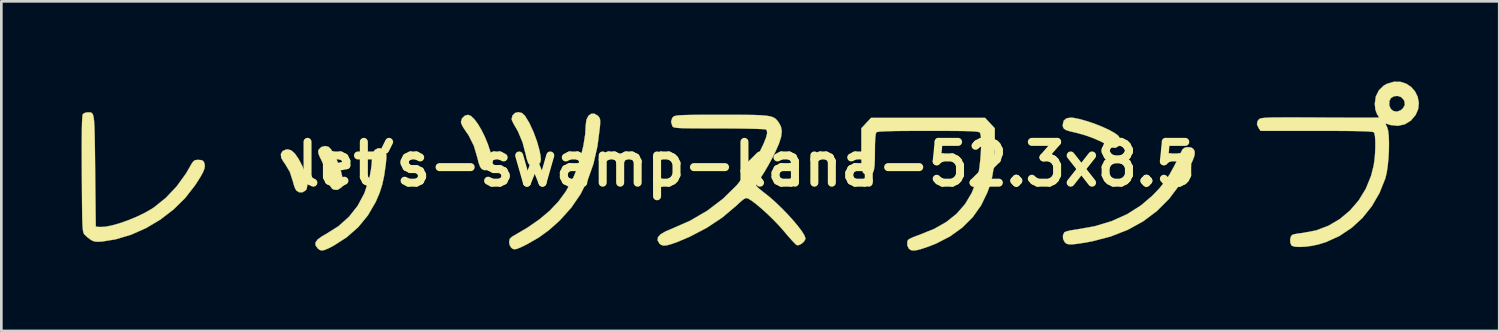
<source format=kicad_pcb>
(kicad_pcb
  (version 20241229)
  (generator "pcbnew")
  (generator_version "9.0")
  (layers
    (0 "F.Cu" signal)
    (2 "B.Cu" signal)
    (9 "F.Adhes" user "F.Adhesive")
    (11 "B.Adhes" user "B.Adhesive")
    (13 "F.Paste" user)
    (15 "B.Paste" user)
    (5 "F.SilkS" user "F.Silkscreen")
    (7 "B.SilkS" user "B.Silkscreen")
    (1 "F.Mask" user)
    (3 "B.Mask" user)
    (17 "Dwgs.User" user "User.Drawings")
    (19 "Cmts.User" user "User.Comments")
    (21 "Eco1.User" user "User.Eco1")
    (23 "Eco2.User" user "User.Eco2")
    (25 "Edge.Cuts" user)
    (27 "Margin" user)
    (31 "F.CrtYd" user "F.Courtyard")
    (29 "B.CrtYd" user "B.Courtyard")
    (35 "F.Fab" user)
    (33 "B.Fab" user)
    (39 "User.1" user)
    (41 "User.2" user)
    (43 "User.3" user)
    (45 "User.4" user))
  (footprint "let's-swamp-kana-52.3x8.5"
    (layer "F.Cu")
    (at 24.844 3.087)
    (property "Reference" "let's-swamp-kana-52.3x8.5" (at 0 0 0) (layer "F.SilkS") (effects (font (size 1.524 1.524) (thickness 0.3))))
    (attr through_hole)
    (fp_poly (pts (xy -17.008 -0.517) (xy -16.878 -0.403) (xy -16.74 -0.206) (xy -16.598 0.062) (xy -16.488 0.329) (xy -16.423 0.572) (xy -16.405 0.777) (xy -16.436 0.927) (xy -16.465 0.972) (xy -16.586 1.049) (xy -16.718 1.049) (xy -16.821 0.981) (xy -16.871 0.891) (xy -16.921 0.748) (xy -16.943 0.657) (xy -17.062 0.289) (xy -17.252 -0.03) (xy -17.293 -0.081) (xy -17.384 -0.236) (xy -17.398 -0.376) (xy -17.34 -0.485) (xy -17.216 -0.546) (xy -17.134 -0.554) (xy -17.008 -0.517)) (stroke (width 0.01) (type solid)) (fill yes) (layer "F.SilkS"))
    (fp_poly (pts (xy -15.622 -0.653) (xy -15.531 -0.567) (xy -15.43 -0.411) (xy -15.326 -0.204) (xy -15.229 0.033) (xy -15.147 0.282) (xy -15.089 0.522) (xy -15.078 0.585) (xy -15.067 0.724) (xy -15.096 0.816) (xy -15.144 0.874) (xy -15.278 0.958) (xy -15.415 0.951) (xy -15.487 0.911) (xy -15.541 0.833) (xy -15.595 0.685) (xy -15.634 0.53) (xy -15.691 0.319) (xy -15.777 0.082) (xy -15.868 -0.12) (xy -15.952 -0.292) (xy -15.996 -0.407) (xy -16.004 -0.485) (xy -15.983 -0.547) (xy -15.884 -0.644) (xy -15.747 -0.681) (xy -15.622 -0.653)) (stroke (width 0.01) (type solid)) (fill yes) (layer "F.SilkS"))
    (fp_poly (pts (xy -10.297 -1.805) (xy -10.171 -1.687) (xy -10.037 -1.508) (xy -9.902 -1.281) (xy -9.773 -1.02) (xy -9.658 -0.74) (xy -9.564 -0.453) (xy -9.499 -0.175) (xy -9.491 -0.129) (xy -9.499 0.033) (xy -9.568 0.154) (xy -9.678 0.22) (xy -9.81 0.218) (xy -9.899 0.172) (xy -9.953 0.092) (xy -10.009 -0.061) (xy -10.051 -0.232) (xy -10.183 -0.685) (xy -10.383 -1.083) (xy -10.507 -1.261) (xy -10.596 -1.397) (xy -10.655 -1.522) (xy -10.668 -1.583) (xy -10.628 -1.713) (xy -10.527 -1.811) (xy -10.407 -1.847) (xy -10.297 -1.805)) (stroke (width 0.01) (type solid)) (fill yes) (layer "F.SilkS"))
    (fp_poly (pts (xy -8.39 -1.914) (xy -8.276 -1.813) (xy -8.276 -1.813) (xy -8.112 -1.541) (xy -7.958 -1.21) (xy -7.826 -0.853) (xy -7.729 -0.505) (xy -7.693 -0.314) (xy -7.68 -0.17) (xy -7.698 -0.078) (xy -7.756 -0.003) (xy -7.756 -0.002) (xy -7.889 0.081) (xy -8.027 0.073) (xy -8.1 0.033) (xy -8.157 -0.052) (xy -8.212 -0.211) (xy -8.243 -0.348) (xy -8.364 -0.815) (xy -8.536 -1.226) (xy -8.636 -1.401) (xy -8.713 -1.534) (xy -8.763 -1.645) (xy -8.775 -1.69) (xy -8.738 -1.828) (xy -8.646 -1.916) (xy -8.521 -1.946) (xy -8.39 -1.914)) (stroke (width 0.01) (type solid)) (fill yes) (layer "F.SilkS"))
    (fp_poly (pts (xy 12.225 -1.733) (xy 12.472 -1.682) (xy 12.751 -1.602) (xy 13.041 -1.502) (xy 13.323 -1.388) (xy 13.575 -1.271) (xy 13.776 -1.157) (xy 13.902 -1.061) (xy 13.98 -0.93) (xy 13.98 -0.79) (xy 13.909 -0.677) (xy 13.793 -0.612) (xy 13.66 -0.623) (xy 13.494 -0.71) (xy 13.485 -0.716) (xy 13.266 -0.841) (xy 12.986 -0.966) (xy 12.676 -1.078) (xy 12.368 -1.165) (xy 12.307 -1.179) (xy 12.091 -1.23) (xy 11.949 -1.275) (xy 11.868 -1.326) (xy 11.831 -1.392) (xy 11.823 -1.476) (xy 11.858 -1.626) (xy 11.961 -1.715) (xy 12.13 -1.742) (xy 12.225 -1.733)) (stroke (width 0.01) (type solid)) (fill yes) (layer "F.SilkS"))
    (fp_poly (pts (xy -13.576 -0.562) (xy -13.506 -0.487) (xy -13.471 -0.422) (xy -13.455 -0.343) (xy -13.455 -0.228) (xy -13.471 -0.055) (xy -13.483 0.055) (xy -13.54 0.444) (xy -13.612 0.771) (xy -13.708 1.071) (xy -13.837 1.373) (xy -13.856 1.415) (xy -14.145 1.911) (xy -14.505 2.35) (xy -14.936 2.729) (xy -15.425 3.043) (xy -15.629 3.149) (xy -15.772 3.208) (xy -15.875 3.224) (xy -15.955 3.198) (xy -16.025 3.14) (xy -16.102 3.031) (xy -16.104 2.925) (xy -16.027 2.817) (xy -15.866 2.698) (xy -15.713 2.611) (xy -15.246 2.317) (xy -14.851 1.964) (xy -14.528 1.554) (xy -14.278 1.089) (xy -14.103 0.568) (xy -14.066 0.406) (xy -14.03 0.199) (xy -14.004 -0.007) (xy -13.993 -0.168) (xy -13.993 -0.173) (xy -13.967 -0.388) (xy -13.891 -0.53) (xy -13.767 -0.596) (xy -13.714 -0.6) (xy -13.576 -0.562)) (stroke (width 0.01) (type solid)) (fill yes) (layer "F.SilkS"))
    (fp_poly (pts (xy -5.552 -1.811) (xy -5.541 -1.8) (xy -5.491 -1.737) (xy -5.466 -1.66) (xy -5.464 -1.54) (xy -5.474 -1.396) (xy -5.566 -0.672) (xy -5.716 -0.016) (xy -5.927 0.581) (xy -6.202 1.124) (xy -6.544 1.622) (xy -6.956 2.082) (xy -7.003 2.128) (xy -7.381 2.464) (xy -7.763 2.741) (xy -8.187 2.984) (xy -8.254 3.019) (xy -8.449 3.113) (xy -8.584 3.166) (xy -8.675 3.179) (xy -8.743 3.157) (xy -8.794 3.114) (xy -8.848 3.016) (xy -8.867 2.904) (xy -8.844 2.791) (xy -8.759 2.709) (xy -8.723 2.688) (xy -8.186 2.373) (xy -7.731 2.058) (xy -7.346 1.734) (xy -7.023 1.392) (xy -6.75 1.02) (xy -6.519 0.61) (xy -6.49 0.552) (xy -6.331 0.17) (xy -6.196 -0.256) (xy -6.091 -0.696) (xy -6.024 -1.118) (xy -6.004 -1.461) (xy -5.978 -1.661) (xy -5.907 -1.805) (xy -5.805 -1.884) (xy -5.683 -1.889) (xy -5.552 -1.811)) (stroke (width 0.01) (type solid)) (fill yes) (layer "F.SilkS"))
    (fp_poly (pts (xy 16.623 -0.624) (xy 16.704 -0.572) (xy 16.746 -0.496) (xy 16.757 -0.407) (xy 16.735 -0.291) (xy 16.675 -0.131) (xy 16.573 0.088) (xy 16.535 0.166) (xy 16.196 0.764) (xy 15.799 1.291) (xy 15.343 1.748) (xy 14.827 2.134) (xy 14.251 2.452) (xy 13.613 2.701) (xy 12.913 2.883) (xy 12.632 2.934) (xy 12.374 2.973) (xy 12.191 2.994) (xy 12.065 2.995) (xy 11.98 2.977) (xy 11.92 2.939) (xy 11.899 2.917) (xy 11.836 2.797) (xy 11.829 2.663) (xy 11.877 2.554) (xy 11.89 2.541) (xy 11.967 2.509) (xy 12.107 2.475) (xy 12.284 2.446) (xy 12.317 2.442) (xy 13.011 2.32) (xy 13.649 2.128) (xy 14.229 1.867) (xy 14.749 1.537) (xy 15.17 1.178) (xy 15.426 0.911) (xy 15.637 0.652) (xy 15.822 0.372) (xy 16.002 0.043) (xy 16.072 -0.098) (xy 16.159 -0.276) (xy 16.233 -0.428) (xy 16.284 -0.53) (xy 16.297 -0.554) (xy 16.376 -0.616) (xy 16.498 -0.64) (xy 16.623 -0.624)) (stroke (width 0.01) (type solid)) (fill yes) (layer "F.SilkS"))
    (fp_poly (pts (xy -24.511 -1.935) (xy -24.47 -1.92) (xy -24.437 -1.885) (xy -24.411 -1.823) (xy -24.391 -1.726) (xy -24.376 -1.586) (xy -24.365 -1.396) (xy -24.357 -1.148) (xy -24.351 -0.833) (xy -24.345 -0.445) (xy -24.34 0.024) (xy -24.338 0.241) (xy -24.315 2.332) (xy -24.168 2.346) (xy -23.974 2.339) (xy -23.719 2.29) (xy -23.424 2.207) (xy -23.108 2.096) (xy -22.789 1.965) (xy -22.488 1.82) (xy -22.222 1.668) (xy -22.145 1.617) (xy -21.699 1.259) (xy -21.294 0.832) (xy -20.949 0.357) (xy -20.824 0.143) (xy -20.736 -0.013) (xy -20.672 -0.103) (xy -20.612 -0.147) (xy -20.536 -0.161) (xy -20.478 -0.162) (xy -20.355 -0.152) (xy -20.289 -0.109) (xy -20.256 -0.039) (xy -20.238 0.055) (xy -20.253 0.162) (xy -20.306 0.298) (xy -20.404 0.475) (xy -20.551 0.707) (xy -20.604 0.787) (xy -20.971 1.26) (xy -21.408 1.69) (xy -21.899 2.067) (xy -22.433 2.385) (xy -22.994 2.634) (xy -23.57 2.806) (xy -24.078 2.889) (xy -24.256 2.898) (xy -24.379 2.883) (xy -24.48 2.838) (xy -24.499 2.827) (xy -24.625 2.733) (xy -24.73 2.634) (xy -24.752 2.607) (xy -24.77 2.573) (xy -24.785 2.523) (xy -24.797 2.45) (xy -24.806 2.345) (xy -24.814 2.201) (xy -24.82 2.008) (xy -24.824 1.76) (xy -24.828 1.447) (xy -24.831 1.062) (xy -24.834 0.596) (xy -24.836 0.359) (xy -24.838 -0.19) (xy -24.839 -0.653) (xy -24.837 -1.033) (xy -24.834 -1.336) (xy -24.828 -1.566) (xy -24.819 -1.73) (xy -24.809 -1.831) (xy -24.795 -1.876) (xy -24.711 -1.924) (xy -24.621 -1.939) (xy -24.561 -1.939) (xy -24.511 -1.935)) (stroke (width 0.01) (type solid)) (fill yes) (layer "F.SilkS"))
    (fp_poly (pts (xy 9.283 -1.343) (xy 9.283 -0.675) (xy 9.273 -0.235) (xy 9.241 0.141) (xy 9.184 0.477) (xy 9.097 0.798) (xy 9.008 1.048) (xy 8.77 1.54) (xy 8.457 1.98) (xy 8.071 2.365) (xy 7.614 2.695) (xy 7.09 2.965) (xy 6.815 3.074) (xy 6.56 3.16) (xy 6.375 3.21) (xy 6.243 3.227) (xy 6.15 3.211) (xy 6.08 3.164) (xy 6.076 3.16) (xy 6.014 3.041) (xy 6.013 2.9) (xy 6.042 2.829) (xy 6.1 2.789) (xy 6.223 2.731) (xy 6.391 2.666) (xy 6.468 2.639) (xy 7.008 2.422) (xy 7.469 2.161) (xy 7.855 1.853) (xy 8.171 1.492) (xy 8.421 1.074) (xy 8.609 0.595) (xy 8.637 0.5) (xy 8.679 0.316) (xy 8.714 0.087) (xy 8.742 -0.168) (xy 8.762 -0.429) (xy 8.772 -0.678) (xy 8.772 -0.896) (xy 8.76 -1.065) (xy 8.736 -1.165) (xy 8.73 -1.176) (xy 8.705 -1.194) (xy 8.658 -1.209) (xy 8.581 -1.22) (xy 8.466 -1.229) (xy 8.303 -1.236) (xy 8.084 -1.241) (xy 7.802 -1.244) (xy 7.448 -1.246) (xy 7.014 -1.247) (xy 6.792 -1.247) (xy 6.29 -1.246) (xy 5.875 -1.244) (xy 5.539 -1.24) (xy 5.278 -1.234) (xy 5.085 -1.225) (xy 4.955 -1.215) (xy 4.88 -1.202) (xy 4.858 -1.191) (xy 4.833 -1.124) (xy 4.816 -0.977) (xy 4.806 -0.747) (xy 4.803 -0.461) (xy 4.8 -0.161) (xy 4.789 0.06) (xy 4.767 0.212) (xy 4.73 0.308) (xy 4.675 0.36) (xy 4.597 0.379) (xy 4.557 0.381) (xy 4.468 0.377) (xy 4.401 0.355) (xy 4.355 0.305) (xy 4.324 0.215) (xy 4.306 0.072) (xy 4.298 -0.136) (xy 4.295 -0.42) (xy 4.295 -0.539) (xy 4.295 -1.343) (xy 4.658 -1.732) (xy 8.92 -1.732) (xy 9.283 -1.343)) (stroke (width 0.01) (type solid)) (fill yes) (layer "F.SilkS"))
    (fp_poly (pts (xy -0.454 -1.847) (xy -0.064 -1.845) (xy 0.251 -1.841) (xy 0.502 -1.832) (xy 0.697 -1.818) (xy 0.846 -1.798) (xy 0.957 -1.77) (xy 1.04 -1.733) (xy 1.104 -1.686) (xy 1.158 -1.627) (xy 1.212 -1.555) (xy 1.213 -1.553) (xy 1.293 -1.4) (xy 1.322 -1.228) (xy 1.298 -1.023) (xy 1.219 -0.774) (xy 1.084 -0.466) (xy 1.078 -0.454) (xy 0.957 -0.214) (xy 0.821 0.035) (xy 0.69 0.26) (xy 0.616 0.377) (xy 0.512 0.536) (xy 0.425 0.667) (xy 0.37 0.751) (xy 0.36 0.766) (xy 0.379 0.817) (xy 0.464 0.905) (xy 0.605 1.019) (xy 0.637 1.043) (xy 0.852 1.213) (xy 1.08 1.413) (xy 1.311 1.635) (xy 1.536 1.865) (xy 1.743 2.094) (xy 1.925 2.309) (xy 2.069 2.501) (xy 2.167 2.657) (xy 2.207 2.767) (xy 2.207 2.787) (xy 2.159 2.883) (xy 2.065 2.97) (xy 1.958 3.023) (xy 1.885 3.024) (xy 1.829 2.979) (xy 1.729 2.877) (xy 1.598 2.731) (xy 1.448 2.556) (xy 1.416 2.517) (xy 1.237 2.313) (xy 1.028 2.095) (xy 0.805 1.877) (xy 0.581 1.673) (xy 0.373 1.497) (xy 0.195 1.362) (xy 0.064 1.282) (xy 0.009 1.266) (xy -0.048 1.276) (xy -0.124 1.323) (xy -0.234 1.416) (xy -0.393 1.565) (xy -0.395 1.566) (xy -0.903 1.993) (xy -1.483 2.377) (xy -2.118 2.71) (xy -2.548 2.892) (xy -2.792 2.981) (xy -2.969 3.03) (xy -3.095 3.041) (xy -3.186 3.015) (xy -3.249 2.964) (xy -3.319 2.844) (xy -3.306 2.73) (xy -3.206 2.619) (xy -3.017 2.509) (xy -2.817 2.425) (xy -2.106 2.113) (xy -1.458 1.735) (xy -0.876 1.292) (xy -0.359 0.785) (xy 0.091 0.215) (xy 0.474 -0.419) (xy 0.509 -0.486) (xy 0.65 -0.781) (xy 0.739 -1.006) (xy 0.776 -1.166) (xy 0.762 -1.266) (xy 0.733 -1.297) (xy 0.674 -1.307) (xy 0.533 -1.315) (xy 0.321 -1.323) (xy 0.049 -1.329) (xy -0.273 -1.334) (xy -0.633 -1.337) (xy -1.022 -1.339) (xy -1.026 -1.339) (xy -1.467 -1.339) (xy -1.824 -1.34) (xy -2.107 -1.342) (xy -2.325 -1.346) (xy -2.487 -1.351) (xy -2.601 -1.36) (xy -2.678 -1.371) (xy -2.725 -1.385) (xy -2.752 -1.404) (xy -2.768 -1.427) (xy -2.769 -1.429) (xy -2.815 -1.587) (xy -2.774 -1.723) (xy -2.733 -1.771) (xy -2.703 -1.791) (xy -2.656 -1.807) (xy -2.583 -1.82) (xy -2.475 -1.83) (xy -2.322 -1.837) (xy -2.117 -1.842) (xy -1.849 -1.845) (xy -1.51 -1.847) (xy -1.09 -1.847) (xy -0.927 -1.847) (xy -0.454 -1.847)) (stroke (width 0.01) (type solid)) (fill yes) (layer "F.SilkS"))
    (fp_poly (pts (xy 24.441 -3.079) (xy 24.66 -3.009) (xy 24.846 -2.884) (xy 24.992 -2.715) (xy 25.089 -2.514) (xy 25.13 -2.294) (xy 25.108 -2.067) (xy 25.013 -1.844) (xy 24.839 -1.637) (xy 24.831 -1.629) (xy 24.608 -1.492) (xy 24.352 -1.436) (xy 24.079 -1.463) (xy 23.952 -1.504) (xy 23.899 -1.52) (xy 23.892 -1.497) (xy 23.93 -1.415) (xy 23.946 -1.384) (xy 23.983 -1.256) (xy 24.006 -1.056) (xy 24.015 -0.805) (xy 24.012 -0.524) (xy 23.996 -0.231) (xy 23.969 0.053) (xy 23.931 0.308) (xy 23.883 0.514) (xy 23.878 0.531) (xy 23.659 1.077) (xy 23.372 1.571) (xy 23.022 2.008) (xy 22.616 2.38) (xy 22.159 2.683) (xy 21.659 2.91) (xy 21.356 3.003) (xy 21.12 3.052) (xy 20.884 3.082) (xy 20.67 3.092) (xy 20.498 3.082) (xy 20.39 3.05) (xy 20.375 3.039) (xy 20.329 2.943) (xy 20.321 2.816) (xy 20.35 2.7) (xy 20.401 2.64) (xy 20.487 2.614) (xy 20.632 2.588) (xy 20.792 2.568) (xy 21.288 2.475) (xy 21.753 2.299) (xy 22.179 2.048) (xy 22.558 1.73) (xy 22.884 1.35) (xy 23.149 0.917) (xy 23.345 0.436) (xy 23.441 0.057) (xy 23.473 -0.155) (xy 23.494 -0.389) (xy 23.504 -0.627) (xy 23.504 -0.847) (xy 23.493 -1.029) (xy 23.471 -1.153) (xy 23.451 -1.191) (xy 23.412 -1.206) (xy 23.323 -1.217) (xy 23.177 -1.227) (xy 22.968 -1.234) (xy 22.692 -1.24) (xy 22.341 -1.244) (xy 21.911 -1.246) (xy 21.394 -1.247) (xy 21.306 -1.247) (xy 19.217 -1.247) (xy 19.145 -1.35) (xy 19.08 -1.491) (xy 19.102 -1.611) (xy 19.159 -1.68) (xy 19.185 -1.698) (xy 19.225 -1.713) (xy 19.288 -1.725) (xy 19.38 -1.734) (xy 19.51 -1.741) (xy 19.686 -1.746) (xy 19.916 -1.748) (xy 20.208 -1.749) (xy 20.57 -1.749) (xy 21.009 -1.747) (xy 21.445 -1.745) (xy 21.886 -1.742) (xy 22.297 -1.741) (xy 22.67 -1.74) (xy 22.996 -1.739) (xy 23.265 -1.74) (xy 23.469 -1.741) (xy 23.599 -1.743) (xy 23.645 -1.745) (xy 23.645 -1.745) (xy 23.623 -1.788) (xy 23.568 -1.875) (xy 23.566 -1.879) (xy 23.508 -2.033) (xy 23.49 -2.2) (xy 24.024 -2.2) (xy 24.081 -2.068) (xy 24.185 -1.986) (xy 24.315 -1.965) (xy 24.453 -2.015) (xy 24.534 -2.087) (xy 24.606 -2.212) (xy 24.595 -2.342) (xy 24.566 -2.407) (xy 24.469 -2.509) (xy 24.338 -2.553) (xy 24.202 -2.54) (xy 24.089 -2.473) (xy 24.032 -2.37) (xy 24.024 -2.2) (xy 23.49 -2.2) (xy 23.485 -2.251) (xy 23.485 -2.262) (xy 23.524 -2.534) (xy 23.639 -2.764) (xy 23.823 -2.941) (xy 23.937 -3.004) (xy 24.197 -3.082) (xy 24.441 -3.079)) (stroke (width 0.01) (type solid)) (fill yes) (layer "F.SilkS")))
  (gr_rect
    (start -3 -3)
    (end 52.979 9.318)
    (stroke (width 0.1) (type default))
    (fill no)
    (layer "Edge.Cuts")))
</source>
